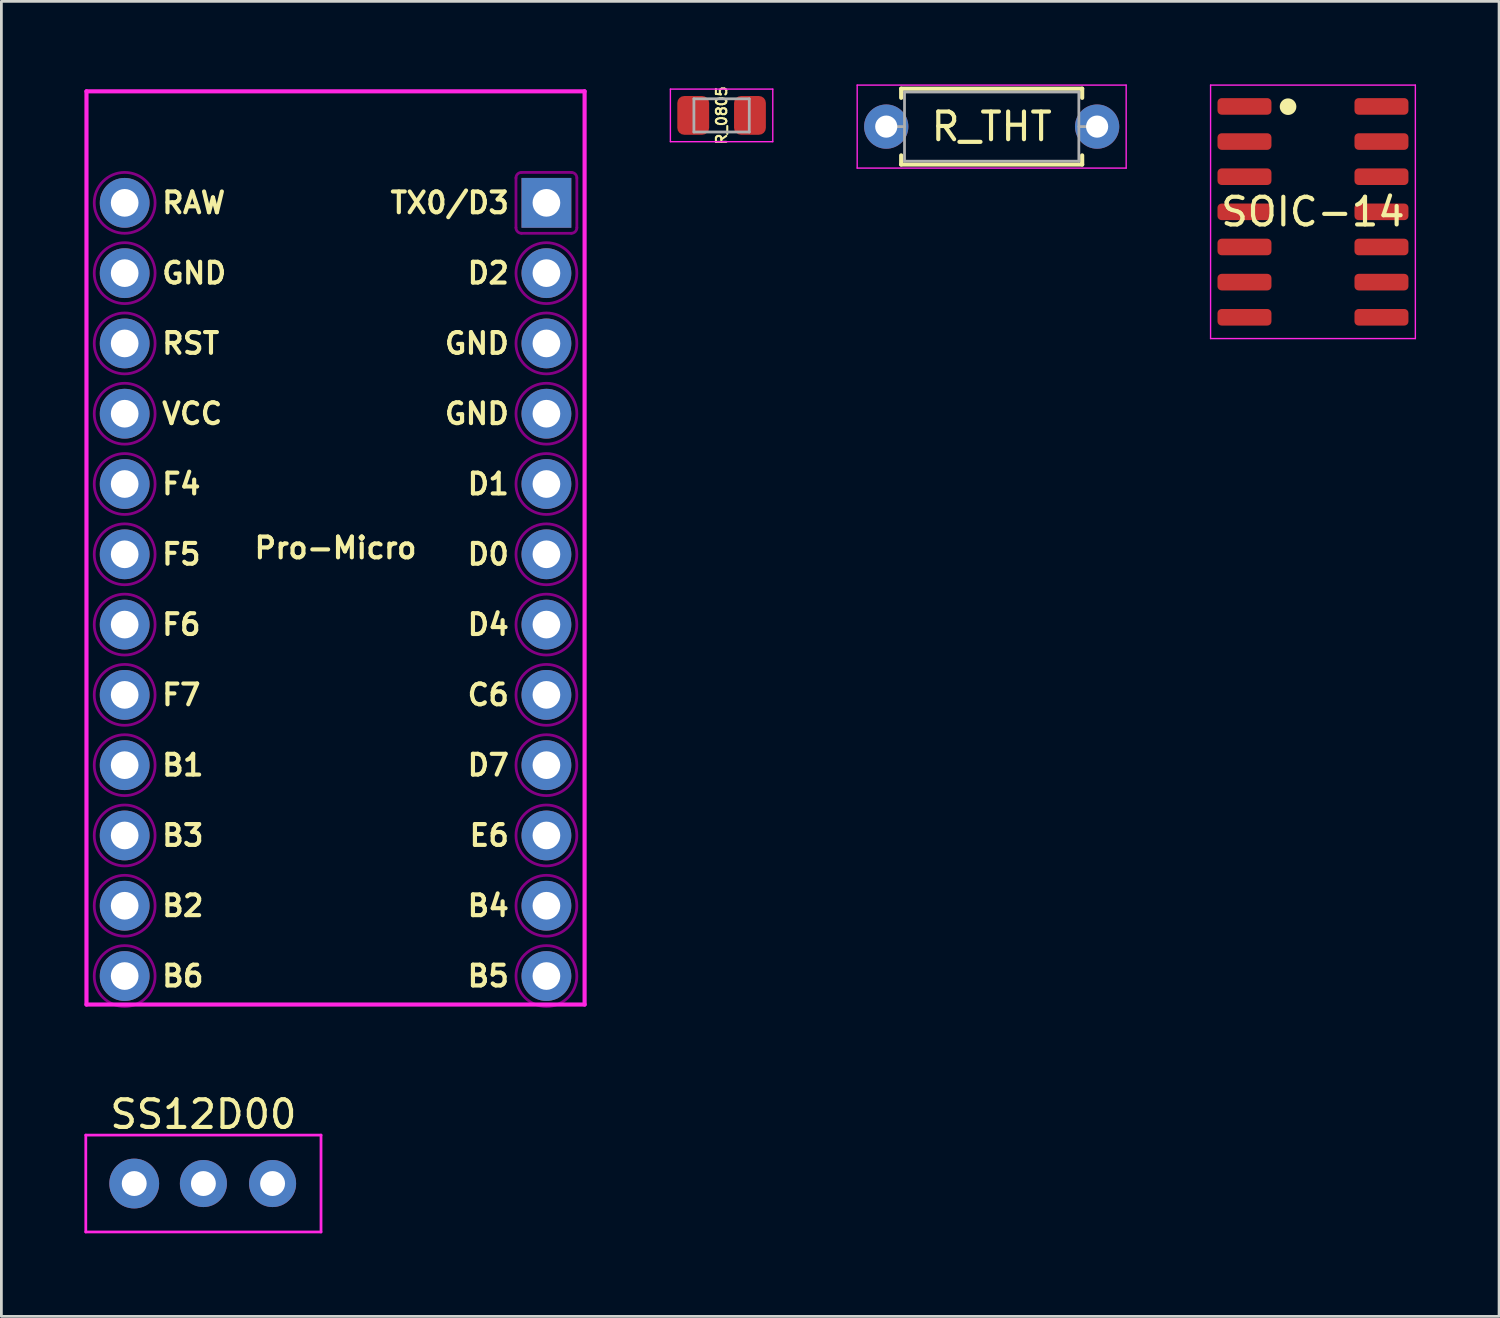
<source format=kicad_pcb>
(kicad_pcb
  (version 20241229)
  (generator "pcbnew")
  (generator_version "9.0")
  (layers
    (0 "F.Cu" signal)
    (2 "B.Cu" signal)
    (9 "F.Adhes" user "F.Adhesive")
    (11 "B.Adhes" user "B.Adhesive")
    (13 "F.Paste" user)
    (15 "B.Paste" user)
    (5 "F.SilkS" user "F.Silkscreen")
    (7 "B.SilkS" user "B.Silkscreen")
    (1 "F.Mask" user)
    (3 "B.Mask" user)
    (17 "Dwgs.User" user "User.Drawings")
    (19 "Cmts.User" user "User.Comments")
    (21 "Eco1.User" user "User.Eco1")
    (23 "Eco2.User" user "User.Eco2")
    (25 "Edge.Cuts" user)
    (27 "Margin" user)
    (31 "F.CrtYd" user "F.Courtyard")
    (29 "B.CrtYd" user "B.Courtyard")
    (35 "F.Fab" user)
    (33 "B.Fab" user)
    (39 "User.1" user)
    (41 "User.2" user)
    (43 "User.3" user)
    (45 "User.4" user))
  (footprint "SOIC-14"
    (layer "F.Cu")
    (at 44.395 4.605)
    (property "Reference" "SOIC-14" (at 0 0 180) (layer "F.SilkS") (effects (font (size 1 1) (thickness 0.15))))
    (attr smd)
    (fp_circle (center -0.9 -3.8) (end -0.75 -3.8) (stroke (width 0.3) (type solid)) (fill no) (layer "F.SilkS"))
    (fp_line (start -3.7 -4.58) (end -3.7 4.58) (stroke (width 0.05) (type solid)) (layer "F.CrtYd"))
    (fp_line (start -3.7 4.58) (end 3.7 4.58) (stroke (width 0.05) (type solid)) (layer "F.CrtYd"))
    (fp_line (start 3.7 -4.58) (end -3.7 -4.58) (stroke (width 0.05) (type solid)) (layer "F.CrtYd"))
    (fp_line (start 3.7 4.58) (end 3.7 -4.58) (stroke (width 0.05) (type solid)) (layer "F.CrtYd"))
    (pad "1" smd roundrect (at -2.475 -3.81) (size 1.95 0.6) (layers "F.Cu" "F.Mask" "F.Paste") (roundrect_rratio 0.25))
    (pad "2" smd roundrect (at -2.475 -2.54) (size 1.95 0.6) (layers "F.Cu" "F.Mask" "F.Paste") (roundrect_rratio 0.25))
    (pad "3" smd roundrect (at -2.475 -1.27) (size 1.95 0.6) (layers "F.Cu" "F.Mask" "F.Paste") (roundrect_rratio 0.25))
    (pad "4" smd roundrect (at -2.475 0) (size 1.95 0.6) (layers "F.Cu" "F.Mask" "F.Paste") (roundrect_rratio 0.25))
    (pad "5" smd roundrect (at -2.475 1.27) (size 1.95 0.6) (layers "F.Cu" "F.Mask" "F.Paste") (roundrect_rratio 0.25))
    (pad "6" smd roundrect (at -2.475 2.54) (size 1.95 0.6) (layers "F.Cu" "F.Mask" "F.Paste") (roundrect_rratio 0.25))
    (pad "7" smd roundrect (at -2.475 3.81) (size 1.95 0.6) (layers "F.Cu" "F.Mask" "F.Paste") (roundrect_rratio 0.25))
    (pad "8" smd roundrect (at 2.475 3.81) (size 1.95 0.6) (layers "F.Cu" "F.Mask" "F.Paste") (roundrect_rratio 0.25))
    (pad "9" smd roundrect (at 2.475 2.54) (size 1.95 0.6) (layers "F.Cu" "F.Mask" "F.Paste") (roundrect_rratio 0.25))
    (pad "10" smd roundrect (at 2.475 1.27) (size 1.95 0.6) (layers "F.Cu" "F.Mask" "F.Paste") (roundrect_rratio 0.25))
    (pad "11" smd roundrect (at 2.475 0) (size 1.95 0.6) (layers "F.Cu" "F.Mask" "F.Paste") (roundrect_rratio 0.25))
    (pad "12" smd roundrect (at 2.475 -1.27) (size 1.95 0.6) (layers "F.Cu" "F.Mask" "F.Paste") (roundrect_rratio 0.25))
    (pad "13" smd roundrect (at 2.475 -2.54) (size 1.95 0.6) (layers "F.Cu" "F.Mask" "F.Paste") (roundrect_rratio 0.25))
    (pad "14" smd roundrect (at 2.475 -3.81) (size 1.95 0.6) (layers "F.Cu" "F.Mask" "F.Paste") (roundrect_rratio 0.25)))
  (footprint "R_THT"
    (layer "F.Cu")
    (at 32.785 1.525)
    (property "Reference" "R_THT" (at 0 0 0) (layer "F.SilkS") (effects (font (size 1 1) (thickness 0.15))))
    (attr through_hole)
    (fp_line (start -3.27 -1.37) (end 3.27 -1.37) (stroke (width 0.15) (type solid)) (layer "F.SilkS"))
    (fp_line (start -3.27 -1.04) (end -3.27 -1.37) (stroke (width 0.15) (type solid)) (layer "F.SilkS"))
    (fp_line (start -3.27 1.04) (end -3.27 1.37) (stroke (width 0.15) (type solid)) (layer "F.SilkS"))
    (fp_line (start -3.27 1.37) (end 3.27 1.37) (stroke (width 0.15) (type solid)) (layer "F.SilkS"))
    (fp_line (start 3.27 -1.37) (end 3.27 -1.04) (stroke (width 0.15) (type solid)) (layer "F.SilkS"))
    (fp_line (start 3.27 1.37) (end 3.27 1.04) (stroke (width 0.15) (type solid)) (layer "F.SilkS"))
    (fp_line (start -4.86 -1.5) (end -4.86 1.5) (stroke (width 0.05) (type solid)) (layer "F.CrtYd"))
    (fp_line (start -4.86 1.5) (end 4.86 1.5) (stroke (width 0.05) (type solid)) (layer "F.CrtYd"))
    (fp_line (start 4.86 -1.5) (end -4.86 -1.5) (stroke (width 0.05) (type solid)) (layer "F.CrtYd"))
    (fp_line (start 4.86 1.5) (end 4.86 -1.5) (stroke (width 0.05) (type solid)) (layer "F.CrtYd"))
    (fp_line (start -3.81 0) (end -3.15 0) (stroke (width 0.1) (type solid)) (layer "F.Fab"))
    (fp_line (start -3.15 -1.25) (end -3.15 1.25) (stroke (width 0.1) (type solid)) (layer "F.Fab"))
    (fp_line (start -3.15 1.25) (end 3.15 1.25) (stroke (width 0.1) (type solid)) (layer "F.Fab"))
    (fp_line (start 3.15 -1.25) (end -3.15 -1.25) (stroke (width 0.1) (type solid)) (layer "F.Fab"))
    (fp_line (start 3.15 1.25) (end 3.15 -1.25) (stroke (width 0.1) (type solid)) (layer "F.Fab"))
    (fp_line (start 3.81 0) (end 3.15 0) (stroke (width 0.1) (type solid)) (layer "F.Fab"))
    (pad "1" thru_hole circle (at -3.81 0) (size 1.6 1.6) (drill 0.8) (layers "*.Cu" "*.Mask"))
    (pad "2" thru_hole oval (at 3.81 0) (size 1.6 1.6) (drill 0.8) (layers "*.Cu" "*.Mask")))
  (footprint "Pro-Micro"
    (layer "F.Cu")
    (at 9.075 0.25)
    (property "Reference" "Pro-Micro" (at 0 16.5 0) (layer "F.SilkS") (effects (font (size 0.75 0.75) (thickness 0.15))))
    (attr through_hole)
    (fp_line (start 6.52 3.13) (end 6.52 4.93) (stroke (width 0.1) (type solid)) (layer "F.Adhes"))
    (fp_line (start 6.72 2.93) (end 8.52 2.93) (stroke (width 0.1) (type solid)) (layer "F.Adhes"))
    (fp_line (start 6.72 5.13) (end 8.52 5.13) (stroke (width 0.1) (type solid)) (layer "F.Adhes"))
    (fp_line (start 8.72 3.13) (end 8.72 4.93) (stroke (width 0.1) (type solid)) (layer "F.Adhes"))
    (fp_arc (start 6.52 3.13) (mid 6.578579 2.988579) (end 6.72 2.93) (stroke (width 0.1) (type solid)) (layer "F.Adhes"))
    (fp_arc (start 6.72 5.13) (mid 6.578579 5.071421) (end 6.52 4.93) (stroke (width 0.1) (type solid)) (layer "F.Adhes"))
    (fp_arc (start 8.52 2.93) (mid 8.661421 2.988579) (end 8.72 3.13) (stroke (width 0.1) (type solid)) (layer "F.Adhes"))
    (fp_arc (start 8.72 4.93) (mid 8.661421 5.071421) (end 8.52 5.13) (stroke (width 0.1) (type solid)) (layer "F.Adhes"))
    (fp_circle (center -7.62 4.03) (end -6.52 4.03) (stroke (width 0.1) (type solid)) (fill no) (layer "F.Adhes"))
    (fp_circle (center -7.62 6.57) (end -6.52 6.57) (stroke (width 0.1) (type solid)) (fill no) (layer "F.Adhes"))
    (fp_circle (center -7.62 9.11) (end -6.52 9.11) (stroke (width 0.1) (type solid)) (fill no) (layer "F.Adhes"))
    (fp_circle (center -7.62 11.65) (end -6.52 11.65) (stroke (width 0.1) (type solid)) (fill no) (layer "F.Adhes"))
    (fp_circle (center -7.62 14.19) (end -6.52 14.19) (stroke (width 0.1) (type solid)) (fill no) (layer "F.Adhes"))
    (fp_circle (center -7.62 16.73) (end -6.52 16.73) (stroke (width 0.1) (type solid)) (fill no) (layer "F.Adhes"))
    (fp_circle (center -7.62 19.27) (end -6.52 19.27) (stroke (width 0.1) (type solid)) (fill no) (layer "F.Adhes"))
    (fp_circle (center -7.62 21.81) (end -6.52 21.81) (stroke (width 0.1) (type solid)) (fill no) (layer "F.Adhes"))
    (fp_circle (center -7.62 24.35) (end -6.52 24.35) (stroke (width 0.1) (type solid)) (fill no) (layer "F.Adhes"))
    (fp_circle (center -7.62 26.89) (end -6.52 26.89) (stroke (width 0.1) (type solid)) (fill no) (layer "F.Adhes"))
    (fp_circle (center -7.62 29.43) (end -6.52 29.43) (stroke (width 0.1) (type solid)) (fill no) (layer "F.Adhes"))
    (fp_circle (center -7.62 31.97) (end -6.52 31.97) (stroke (width 0.1) (type solid)) (fill no) (layer "F.Adhes"))
    (fp_circle (center 7.62 6.57) (end 8.72 6.57) (stroke (width 0.1) (type solid)) (fill no) (layer "F.Adhes"))
    (fp_circle (center 7.62 9.11) (end 8.72 9.11) (stroke (width 0.1) (type solid)) (fill no) (layer "F.Adhes"))
    (fp_circle (center 7.62 11.65) (end 8.72 11.65) (stroke (width 0.1) (type solid)) (fill no) (layer "F.Adhes"))
    (fp_circle (center 7.62 14.19) (end 8.72 14.19) (stroke (width 0.1) (type solid)) (fill no) (layer "F.Adhes"))
    (fp_circle (center 7.62 16.73) (end 8.72 16.73) (stroke (width 0.1) (type solid)) (fill no) (layer "F.Adhes"))
    (fp_circle (center 7.62 19.27) (end 8.72 19.27) (stroke (width 0.1) (type solid)) (fill no) (layer "F.Adhes"))
    (fp_circle (center 7.62 21.81) (end 8.72 21.81) (stroke (width 0.1) (type solid)) (fill no) (layer "F.Adhes"))
    (fp_circle (center 7.62 24.35) (end 8.72 24.35) (stroke (width 0.1) (type solid)) (fill no) (layer "F.Adhes"))
    (fp_circle (center 7.62 26.89) (end 8.72 26.89) (stroke (width 0.1) (type solid)) (fill no) (layer "F.Adhes"))
    (fp_circle (center 7.62 29.43) (end 8.72 29.43) (stroke (width 0.1) (type solid)) (fill no) (layer "F.Adhes"))
    (fp_circle (center 7.62 31.97) (end 8.72 31.97) (stroke (width 0.1) (type solid)) (fill no) (layer "F.Adhes"))
    (fp_line (start -9 0) (end -9 33) (stroke (width 0.15) (type solid)) (layer "F.CrtYd"))
    (fp_line (start -9 0) (end 9 0) (stroke (width 0.15) (type solid)) (layer "F.CrtYd"))
    (fp_line (start -9 33) (end 9 33) (stroke (width 0.15) (type solid)) (layer "F.CrtYd"))
    (fp_line (start 9 0) (end 9 33) (stroke (width 0.15) (type solid)) (layer "F.CrtYd"))
    (fp_text user "C6" (at 6.35 21.81 0) (layer "F.SilkS") (effects (font (size 0.75 0.75) (thickness 0.15)) (justify right)))
    (fp_text user "RST" (at -6.35 9.11 0) (layer "F.SilkS") (effects (font (size 0.75 0.75) (thickness 0.15)) (justify left)))
    (fp_text user "TX0/D3" (at 6.35 4.03 0) (layer "F.SilkS") (effects (font (size 0.75 0.75) (thickness 0.15)) (justify right)))
    (fp_text user "F6" (at -6.35 19.27 0) (layer "F.SilkS") (effects (font (size 0.75 0.75) (thickness 0.15)) (justify left)))
    (fp_text user "GND" (at 6.35 11.65 0) (layer "F.SilkS") (effects (font (size 0.75 0.75) (thickness 0.15)) (justify right)))
    (fp_text user "GND" (at -6.35 6.57 0) (layer "F.SilkS") (effects (font (size 0.75 0.75) (thickness 0.15)) (justify left)))
    (fp_text user "GND" (at 6.35 9.11 0) (layer "F.SilkS") (effects (font (size 0.75 0.75) (thickness 0.15)) (justify right)))
    (fp_text user "B5" (at 6.35 31.97 0) (layer "F.SilkS") (effects (font (size 0.75 0.75) (thickness 0.15)) (justify right)))
    (fp_text user "B6" (at -6.35 31.97 0) (layer "F.SilkS") (effects (font (size 0.75 0.75) (thickness 0.15)) (justify left)))
    (fp_text user "F7" (at -6.35 21.81 0) (layer "F.SilkS") (effects (font (size 0.75 0.75) (thickness 0.15)) (justify left)))
    (fp_text user "RAW" (at -6.35 4.03 0) (layer "F.SilkS") (effects (font (size 0.75 0.75) (thickness 0.15)) (justify left)))
    (fp_text user "D2" (at 6.35 6.57 0) (layer "F.SilkS") (effects (font (size 0.75 0.75) (thickness 0.15)) (justify right)))
    (fp_text user "B4" (at 6.35 29.43 0) (layer "F.SilkS") (effects (font (size 0.75 0.75) (thickness 0.15)) (justify right)))
    (fp_text user "B3" (at -6.35 26.89 0) (layer "F.SilkS") (effects (font (size 0.75 0.75) (thickness 0.15)) (justify left)))
    (fp_text user "D4" (at 6.35 19.27 0) (layer "F.SilkS") (effects (font (size 0.75 0.75) (thickness 0.15)) (justify right)))
    (fp_text user "B1" (at -6.35 24.35 0) (layer "F.SilkS") (effects (font (size 0.75 0.75) (thickness 0.15)) (justify left)))
    (fp_text user "VCC" (at -6.35 11.65 0) (layer "F.SilkS") (effects (font (size 0.75 0.75) (thickness 0.15)) (justify left)))
    (fp_text user "E6" (at 6.35 26.89 0) (layer "F.SilkS") (effects (font (size 0.75 0.75) (thickness 0.15)) (justify right)))
    (fp_text user "D7" (at 6.35 24.35 0) (layer "F.SilkS") (effects (font (size 0.75 0.75) (thickness 0.15)) (justify right)))
    (fp_text user "F5" (at -6.35 16.73 0) (layer "F.SilkS") (effects (font (size 0.75 0.75) (thickness 0.15)) (justify left)))
    (fp_text user "D0" (at 6.35 16.73 0) (layer "F.SilkS") (effects (font (size 0.75 0.75) (thickness 0.15)) (justify right)))
    (fp_text user "F4" (at -6.35 14.19 0) (layer "F.SilkS") (effects (font (size 0.75 0.75) (thickness 0.15)) (justify left)))
    (fp_text user "B2" (at -6.35 29.43 0) (layer "F.SilkS") (effects (font (size 0.75 0.75) (thickness 0.15)) (justify left)))
    (fp_text user "D1" (at 6.35 14.19 0) (layer "F.SilkS") (effects (font (size 0.75 0.75) (thickness 0.15)) (justify right)))
    (pad "1" thru_hole rect (at 7.62 4.03) (size 1.8 1.8) (drill 1) (layers "*.Cu" "*.Mask"))
    (pad "2" thru_hole circle (at 7.62 6.57) (size 1.8 1.8) (drill 1) (layers "*.Cu" "*.Mask"))
    (pad "3" thru_hole circle (at 7.62 9.11) (size 1.8 1.8) (drill 1) (layers "*.Cu" "*.Mask"))
    (pad "4" thru_hole circle (at 7.62 11.65) (size 1.8 1.8) (drill 1) (layers "*.Cu" "*.Mask"))
    (pad "5" thru_hole circle (at 7.62 14.19) (size 1.8 1.8) (drill 1) (layers "*.Cu" "*.Mask"))
    (pad "6" thru_hole circle (at 7.62 16.73) (size 1.8 1.8) (drill 1) (layers "*.Cu" "*.Mask"))
    (pad "7" thru_hole circle (at 7.62 19.27) (size 1.8 1.8) (drill 1) (layers "*.Cu" "*.Mask"))
    (pad "8" thru_hole circle (at 7.62 21.81) (size 1.8 1.8) (drill 1) (layers "*.Cu" "*.Mask"))
    (pad "9" thru_hole circle (at 7.62 24.35) (size 1.8 1.8) (drill 1) (layers "*.Cu" "*.Mask"))
    (pad "10" thru_hole circle (at 7.62 26.89) (size 1.8 1.8) (drill 1) (layers "*.Cu" "*.Mask"))
    (pad "11" thru_hole circle (at 7.62 29.43) (size 1.8 1.8) (drill 1) (layers "*.Cu" "*.Mask"))
    (pad "12" thru_hole circle (at 7.62 31.97) (size 1.8 1.8) (drill 1) (layers "*.Cu" "*.Mask"))
    (pad "13" thru_hole circle (at -7.62 31.97) (size 1.8 1.8) (drill 1) (layers "*.Cu" "*.Mask"))
    (pad "14" thru_hole circle (at -7.62 29.43) (size 1.8 1.8) (drill 1) (layers "*.Cu" "*.Mask"))
    (pad "15" thru_hole circle (at -7.62 26.89) (size 1.8 1.8) (drill 1) (layers "*.Cu" "*.Mask"))
    (pad "16" thru_hole circle (at -7.62 24.35) (size 1.8 1.8) (drill 1) (layers "*.Cu" "*.Mask"))
    (pad "17" thru_hole circle (at -7.62 21.81) (size 1.8 1.8) (drill 1) (layers "*.Cu" "*.Mask"))
    (pad "18" thru_hole circle (at -7.62 19.27 270) (size 1.8 1.8) (drill 1) (layers "*.Cu" "*.Mask"))
    (pad "19" thru_hole circle (at -7.62 16.73) (size 1.8 1.8) (drill 1) (layers "*.Cu" "*.Mask"))
    (pad "20" thru_hole circle (at -7.62 14.19) (size 1.8 1.8) (drill 1) (layers "*.Cu" "*.Mask"))
    (pad "21" thru_hole circle (at -7.62 11.65) (size 1.8 1.8) (drill 1) (layers "*.Cu" "*.Mask"))
    (pad "22" thru_hole circle (at -7.62 9.11) (size 1.8 1.8) (drill 1) (layers "*.Cu" "*.Mask"))
    (pad "23" thru_hole circle (at -7.62 6.57) (size 1.8 1.8) (drill 1) (layers "*.Cu" "*.Mask"))
    (pad "24" thru_hole circle (at -7.62 4.03) (size 1.8 1.8) (drill 1) (layers "*.Cu" "*.Mask")))
  (footprint "SS12D00"
    (layer "F.Cu")
    (at 4.3 39.718)
    (property "Reference" "SS12D00" (at 0 -2.5 0) (layer "F.SilkS") (effects (font (size 1 1) (thickness 0.15))))
    (attr through_hole)
    (fp_line (start -4.25 -1.75) (end -4.25 1.75) (stroke (width 0.1) (type solid)) (layer "F.CrtYd"))
    (fp_line (start -4.25 -1.75) (end 4.25 -1.75) (stroke (width 0.1) (type solid)) (layer "F.CrtYd"))
    (fp_line (start -4.25 1.75) (end 4.25 1.75) (stroke (width 0.1) (type solid)) (layer "F.CrtYd"))
    (fp_line (start 4.25 -1.75) (end 4.25 1.75) (stroke (width 0.1) (type solid)) (layer "F.CrtYd"))
    (pad "1" thru_hole circle (at -2.5 0) (size 1.8 1.8) (drill 0.9) (layers "*.Cu" "*.Mask"))
    (pad "2" thru_hole circle (at 0 0) (size 1.7 1.7) (drill 0.9) (layers "*.Cu" "*.Mask"))
    (pad "3" thru_hole circle (at 2.5 0) (size 1.7 1.7) (drill 0.9) (layers "*.Cu" "*.Mask")))
  (footprint "R_0805"
    (layer "F.Cu")
    (at 23.025 1.12)
    (property "Reference" "R_0805" (at 0 0 270) (layer "F.SilkS") (effects (font (size 0.375 0.375) (thickness 0.075))))
    (attr smd)
    (fp_line (start -1.85 -0.95) (end 1.85 -0.95) (stroke (width 0.05) (type solid)) (layer "F.CrtYd"))
    (fp_line (start -1.85 0.95) (end -1.85 -0.95) (stroke (width 0.05) (type solid)) (layer "F.CrtYd"))
    (fp_line (start 1.85 -0.95) (end 1.85 0.95) (stroke (width 0.05) (type solid)) (layer "F.CrtYd"))
    (fp_line (start 1.85 0.95) (end -1.85 0.95) (stroke (width 0.05) (type solid)) (layer "F.CrtYd"))
    (fp_line (start -1 -0.6) (end 1 -0.6) (stroke (width 0.1) (type solid)) (layer "F.Fab"))
    (fp_line (start -1 0.6) (end -1 -0.6) (stroke (width 0.1) (type solid)) (layer "F.Fab"))
    (fp_line (start 1 -0.6) (end 1 0.6) (stroke (width 0.1) (type solid)) (layer "F.Fab"))
    (fp_line (start 1 0.6) (end -1 0.6) (stroke (width 0.1) (type solid)) (layer "F.Fab"))
    (pad "1" smd roundrect (at -1.025 0) (size 1.15 1.4) (layers "F.Cu" "F.Mask" "F.Paste") (roundrect_rratio 0.217))
    (pad "2" smd roundrect (at 1.025 0) (size 1.15 1.4) (layers "F.Cu" "F.Mask" "F.Paste") (roundrect_rratio 0.217)))
  (gr_rect
    (start -3 -3)
    (end 51.12 44.518)
    (stroke (width 0.1) (type default))
    (fill no)
    (layer "Edge.Cuts")))
</source>
